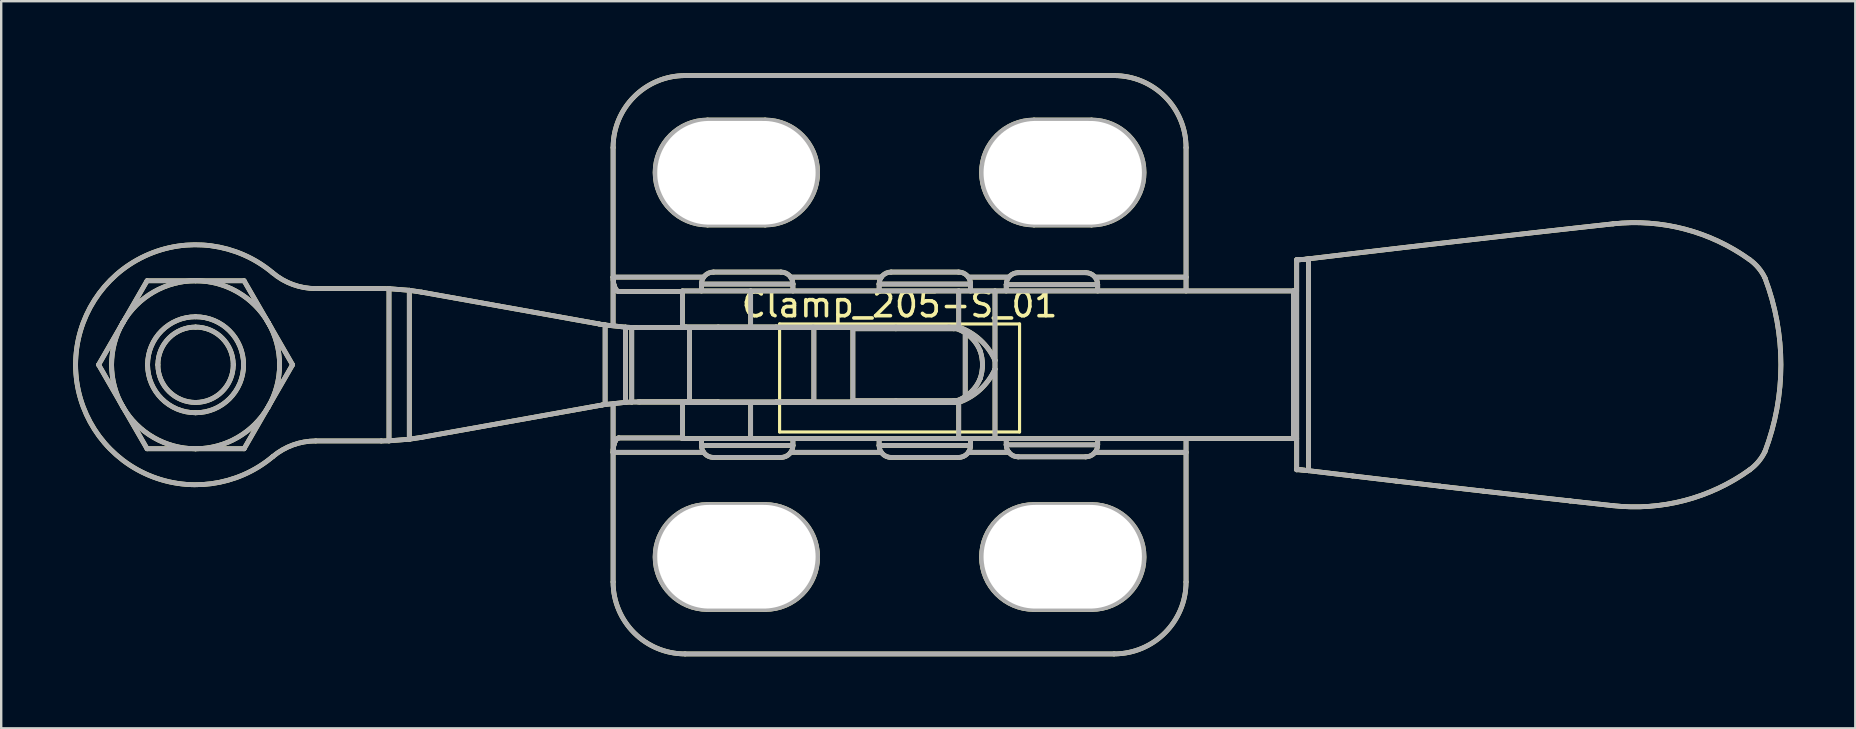
<source format=kicad_pcb>
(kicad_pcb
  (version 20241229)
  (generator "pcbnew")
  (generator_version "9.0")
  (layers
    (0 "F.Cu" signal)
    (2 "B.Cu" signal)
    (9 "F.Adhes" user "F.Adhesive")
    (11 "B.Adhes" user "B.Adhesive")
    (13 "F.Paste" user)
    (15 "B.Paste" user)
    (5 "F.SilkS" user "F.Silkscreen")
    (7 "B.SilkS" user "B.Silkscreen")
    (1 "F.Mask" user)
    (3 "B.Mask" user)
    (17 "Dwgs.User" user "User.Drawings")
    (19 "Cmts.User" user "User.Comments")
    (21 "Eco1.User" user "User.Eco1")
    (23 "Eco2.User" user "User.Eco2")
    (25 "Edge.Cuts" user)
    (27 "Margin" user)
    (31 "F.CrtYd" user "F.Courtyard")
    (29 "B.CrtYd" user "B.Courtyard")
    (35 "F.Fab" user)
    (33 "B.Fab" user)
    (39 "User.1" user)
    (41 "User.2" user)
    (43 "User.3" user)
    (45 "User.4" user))
  (footprint "Clamp_205-S_01"
    (layer "F.Cu")
    (at 34.437 12.15)
    (property "Reference" "Clamp_205-S_01" (at 0 -2.5 0) (layer "F.SilkS") (effects (font (size 1 1) (thickness 0.15))))
    (attr through_hole)
    (fp_line (start -33.378 0) (end -32.368 1.75) (stroke (width 0.2) (type solid)) (layer "F.SilkS"))
    (fp_line (start -32.368 -1.75) (end -33.378 0) (stroke (width 0.2) (type solid)) (layer "F.SilkS"))
    (fp_line (start -32.368 1.75) (end -31.358 3.5) (stroke (width 0.2) (type solid)) (layer "F.SilkS"))
    (fp_line (start -31.358 -3.5) (end -32.368 -1.75) (stroke (width 0.2) (type solid)) (layer "F.SilkS"))
    (fp_line (start -31.358 3.5) (end -29.337 3.5) (stroke (width 0.2) (type solid)) (layer "F.SilkS"))
    (fp_line (start -29.337 -3.5) (end -31.358 -3.5) (stroke (width 0.2) (type solid)) (layer "F.SilkS"))
    (fp_line (start -29.337 3.5) (end -27.316 3.5) (stroke (width 0.2) (type solid)) (layer "F.SilkS"))
    (fp_line (start -27.316 -3.5) (end -29.337 -3.5) (stroke (width 0.2) (type solid)) (layer "F.SilkS"))
    (fp_line (start -27.316 3.5) (end -26.306 1.75) (stroke (width 0.2) (type solid)) (layer "F.SilkS"))
    (fp_line (start -26.306 -1.75) (end -27.316 -3.5) (stroke (width 0.2) (type solid)) (layer "F.SilkS"))
    (fp_line (start -26.306 1.75) (end -25.296 0) (stroke (width 0.2) (type solid)) (layer "F.SilkS"))
    (fp_line (start -25.296 0) (end -26.306 -1.75) (stroke (width 0.2) (type solid)) (layer "F.SilkS"))
    (fp_line (start -24.331 -3.175) (end -21.598 -3.175) (stroke (width 0.2) (type solid)) (layer "F.SilkS"))
    (fp_line (start -21.598 3.175) (end -21.277 3.17) (stroke (width 0.2) (type solid)) (layer "F.SilkS"))
    (fp_line (start -21.598 3.175) (end -24.331 3.175) (stroke (width 0.2) (type solid)) (layer "F.SilkS"))
    (fp_line (start -21.277 -3.17) (end -21.598 -3.175) (stroke (width 0.2) (type solid)) (layer "F.SilkS"))
    (fp_line (start -21.277 -3.17) (end -20.43 -3.103) (stroke (width 0.2) (type solid)) (layer "F.SilkS"))
    (fp_line (start -21.277 3.17) (end -21.277 -3.17) (stroke (width 0.2) (type solid)) (layer "F.SilkS"))
    (fp_line (start -20.43 3.103) (end -21.277 3.17) (stroke (width 0.2) (type solid)) (layer "F.SilkS"))
    (fp_line (start -20.43 3.103) (end -20.43 -3.103) (stroke (width 0.2) (type solid)) (layer "F.SilkS"))
    (fp_line (start -20.43 3.103) (end -19.916 3.025) (stroke (width 0.2) (type solid)) (layer "F.SilkS"))
    (fp_line (start -19.916 -3.025) (end -20.43 -3.103) (stroke (width 0.2) (type solid)) (layer "F.SilkS"))
    (fp_line (start -19.916 -3.025) (end -12.52 -1.699) (stroke (width 0.2) (type solid)) (layer "F.SilkS"))
    (fp_line (start -12.52 -1.699) (end -12.395 -1.677) (stroke (width 0.2) (type solid)) (layer "F.SilkS"))
    (fp_line (start -12.52 1.699) (end -19.916 3.025) (stroke (width 0.2) (type solid)) (layer "F.SilkS"))
    (fp_line (start -12.395 -1.677) (end -12.27 -1.657) (stroke (width 0.2) (type solid)) (layer "F.SilkS"))
    (fp_line (start -12.395 1.677) (end -12.52 1.699) (stroke (width 0.2) (type solid)) (layer "F.SilkS"))
    (fp_line (start -12.27 -1.657) (end -11.423 -1.567) (stroke (width 0.2) (type solid)) (layer "F.SilkS"))
    (fp_line (start -12.27 1.657) (end -12.395 1.677) (stroke (width 0.2) (type solid)) (layer "F.SilkS"))
    (fp_line (start -12.27 1.657) (end -12.27 -1.657) (stroke (width 0.2) (type solid)) (layer "F.SilkS"))
    (fp_line (start -11.938 -3.65) (end -11.938 -9.05) (stroke (width 0.2) (type solid)) (layer "F.SilkS"))
    (fp_line (start -11.938 -3.65) (end -8.164 -3.65) (stroke (width 0.2) (type solid)) (layer "F.SilkS"))
    (fp_line (start -11.938 -1.638) (end -11.938 -3.65) (stroke (width 0.2) (type solid)) (layer "F.SilkS"))
    (fp_line (start -11.938 1.638) (end -11.938 3.65) (stroke (width 0.2) (type solid)) (layer "F.SilkS"))
    (fp_line (start -11.938 3.65) (end -11.934 3.546) (stroke (width 0.2) (type solid)) (layer "F.SilkS"))
    (fp_line (start -11.938 3.65) (end -8.164 3.65) (stroke (width 0.2) (type solid)) (layer "F.SilkS"))
    (fp_line (start -11.938 9.05) (end -11.938 3.65) (stroke (width 0.2) (type solid)) (layer "F.SilkS"))
    (fp_line (start -11.934 3.546) (end -11.923 3.445) (stroke (width 0.2) (type solid)) (layer "F.SilkS"))
    (fp_line (start -11.933 -3.533) (end -11.938 -3.65) (stroke (width 0.2) (type solid)) (layer "F.SilkS"))
    (fp_line (start -11.923 3.445) (end -11.906 3.35) (stroke (width 0.2) (type solid)) (layer "F.SilkS"))
    (fp_line (start -11.92 -3.42) (end -11.933 -3.533) (stroke (width 0.2) (type solid)) (layer "F.SilkS"))
    (fp_line (start -11.906 3.35) (end -11.881 3.264) (stroke (width 0.2) (type solid)) (layer "F.SilkS"))
    (fp_line (start -11.897 -3.317) (end -11.92 -3.42) (stroke (width 0.2) (type solid)) (layer "F.SilkS"))
    (fp_line (start -11.881 3.264) (end -11.852 3.19) (stroke (width 0.2) (type solid)) (layer "F.SilkS"))
    (fp_line (start -11.867 -3.226) (end -11.897 -3.317) (stroke (width 0.2) (type solid)) (layer "F.SilkS"))
    (fp_line (start -11.852 3.19) (end -11.817 3.13) (stroke (width 0.2) (type solid)) (layer "F.SilkS"))
    (fp_line (start -11.83 -3.151) (end -11.867 -3.226) (stroke (width 0.2) (type solid)) (layer "F.SilkS"))
    (fp_line (start -11.817 3.13) (end -11.779 3.086) (stroke (width 0.2) (type solid)) (layer "F.SilkS"))
    (fp_line (start -11.789 -3.096) (end -11.83 -3.151) (stroke (width 0.2) (type solid)) (layer "F.SilkS"))
    (fp_line (start -11.779 3.086) (end -11.738 3.059) (stroke (width 0.2) (type solid)) (layer "F.SilkS"))
    (fp_line (start -11.743 -3.062) (end -11.789 -3.096) (stroke (width 0.2) (type solid)) (layer "F.SilkS"))
    (fp_line (start -11.738 3.059) (end -11.696 3.05) (stroke (width 0.2) (type solid)) (layer "F.SilkS"))
    (fp_line (start -11.696 -3.05) (end -11.743 -3.062) (stroke (width 0.2) (type solid)) (layer "F.SilkS"))
    (fp_line (start -11.696 3.05) (end -9.05 3.05) (stroke (width 0.2) (type solid)) (layer "F.SilkS"))
    (fp_line (start -11.423 -1.567) (end -11.162 -1.554) (stroke (width 0.2) (type solid)) (layer "F.SilkS"))
    (fp_line (start -11.423 1.567) (end -12.27 1.657) (stroke (width 0.2) (type solid)) (layer "F.SilkS"))
    (fp_line (start -11.423 1.567) (end -11.423 -1.567) (stroke (width 0.2) (type solid)) (layer "F.SilkS"))
    (fp_line (start -11.162 -1.554) (end -10.838 -1.549) (stroke (width 0.2) (type solid)) (layer "F.SilkS"))
    (fp_line (start -11.162 1.554) (end -11.423 1.567) (stroke (width 0.2) (type solid)) (layer "F.SilkS"))
    (fp_line (start -11.162 1.554) (end -11.162 -1.554) (stroke (width 0.2) (type solid)) (layer "F.SilkS"))
    (fp_line (start -10.897 -1.55) (end -8.9 -1.55) (stroke (width 0.2) (type solid)) (layer "F.SilkS"))
    (fp_line (start -10.838 -1.549) (end -8.756 -1.549) (stroke (width 0.2) (type solid)) (layer "F.SilkS"))
    (fp_line (start -10.838 1.549) (end -11.162 1.554) (stroke (width 0.2) (type solid)) (layer "F.SilkS"))
    (fp_line (start -9.05 -3.075) (end -9.05 -1.575) (stroke (width 0.2) (type solid)) (layer "F.SilkS"))
    (fp_line (start -9.05 -3.075) (end -6.207 -3.075) (stroke (width 0.2) (type solid)) (layer "F.SilkS"))
    (fp_line (start -9.05 -3.05) (end -11.696 -3.05) (stroke (width 0.2) (type solid)) (layer "F.SilkS"))
    (fp_line (start -9.05 1.575) (end -9.05 3.075) (stroke (width 0.2) (type solid)) (layer "F.SilkS"))
    (fp_line (start -9.05 1.575) (end -6.207 1.575) (stroke (width 0.2) (type solid)) (layer "F.SilkS"))
    (fp_line (start -8.938 -12.05) (end 8.938 -12.05) (stroke (width 0.2) (type solid)) (layer "F.SilkS"))
    (fp_line (start -8.938 12.05) (end 8.938 12.05) (stroke (width 0.2) (type solid)) (layer "F.SilkS"))
    (fp_line (start -8.9 -1.575) (end -8.9 -1.55) (stroke (width 0.2) (type solid)) (layer "F.SilkS"))
    (fp_line (start -8.9 -1.55) (end -7.556 -1.55) (stroke (width 0.2) (type solid)) (layer "F.SilkS"))
    (fp_line (start -8.9 1.55) (end -10.897 1.55) (stroke (width 0.2) (type solid)) (layer "F.SilkS"))
    (fp_line (start -8.9 1.55) (end -8.9 1.575) (stroke (width 0.2) (type solid)) (layer "F.SilkS"))
    (fp_line (start -8.756 -1.549) (end -3.572 -1.549) (stroke (width 0.2) (type solid)) (layer "F.SilkS"))
    (fp_line (start -8.756 1.549) (end -10.838 1.549) (stroke (width 0.2) (type solid)) (layer "F.SilkS"))
    (fp_line (start -8.756 1.549) (end -8.756 -1.549) (stroke (width 0.2) (type solid)) (layer "F.SilkS"))
    (fp_line (start -8.255 -3.362) (end -8.255 -3.075) (stroke (width 0.2) (type solid)) (layer "F.SilkS"))
    (fp_line (start -8.255 3.075) (end -8.255 3.362) (stroke (width 0.2) (type solid)) (layer "F.SilkS"))
    (fp_line (start -8.001 -5.827) (end -5.601 -5.827) (stroke (width 0.2) (type solid)) (layer "F.SilkS"))
    (fp_line (start -8.001 10.196) (end -5.601 10.196) (stroke (width 0.2) (type solid)) (layer "F.SilkS"))
    (fp_line (start -7.556 -1.575) (end -7.556 -1.549) (stroke (width 0.2) (type solid)) (layer "F.SilkS"))
    (fp_line (start -7.556 1.549) (end -7.556 1.575) (stroke (width 0.2) (type solid)) (layer "F.SilkS"))
    (fp_line (start -7.556 1.55) (end -8.9 1.55) (stroke (width 0.2) (type solid)) (layer "F.SilkS"))
    (fp_line (start -6.207 -3.075) (end 2.464 -3.075) (stroke (width 0.2) (type solid)) (layer "F.SilkS"))
    (fp_line (start -6.207 -1.575) (end -9.05 -1.575) (stroke (width 0.2) (type solid)) (layer "F.SilkS"))
    (fp_line (start -6.207 -1.575) (end -6.207 -3.075) (stroke (width 0.2) (type solid)) (layer "F.SilkS"))
    (fp_line (start -6.207 1.575) (end 2.449 1.575) (stroke (width 0.2) (type solid)) (layer "F.SilkS"))
    (fp_line (start -6.207 3.075) (end -9.05 3.075) (stroke (width 0.2) (type solid)) (layer "F.SilkS"))
    (fp_line (start -6.207 3.075) (end -6.207 1.575) (stroke (width 0.2) (type solid)) (layer "F.SilkS"))
    (fp_line (start -5.601 -10.196) (end -8.001 -10.196) (stroke (width 0.2) (type solid)) (layer "F.SilkS"))
    (fp_line (start -5.601 5.827) (end -8.001 5.827) (stroke (width 0.2) (type solid)) (layer "F.SilkS"))
    (fp_line (start -5.143 -1.55) (end -3.6 -1.55) (stroke (width 0.2) (type solid)) (layer "F.SilkS"))
    (fp_line (start -5.143 -1.549) (end -5.143 -1.575) (stroke (width 0.2) (type solid)) (layer "F.SilkS"))
    (fp_line (start -5.143 1.575) (end -5.143 1.549) (stroke (width 0.2) (type solid)) (layer "F.SilkS"))
    (fp_line (start -5 -1.7) (end 5 -1.7) (stroke (width 0.13) (type solid)) (layer "F.SilkS"))
    (fp_line (start -5 2.8) (end -5 -1.7) (stroke (width 0.13) (type solid)) (layer "F.SilkS"))
    (fp_line (start -4.945 -3.862) (end -7.755 -3.862) (stroke (width 0.2) (type solid)) (layer "F.SilkS"))
    (fp_line (start -4.945 3.862) (end -7.755 3.862) (stroke (width 0.2) (type solid)) (layer "F.SilkS"))
    (fp_line (start -4.536 -3.65) (end -0.761 -3.65) (stroke (width 0.2) (type solid)) (layer "F.SilkS"))
    (fp_line (start -4.536 3.65) (end -0.761 3.65) (stroke (width 0.2) (type solid)) (layer "F.SilkS"))
    (fp_line (start -4.445 -3.362) (end -8.255 -3.362) (stroke (width 0.2) (type solid)) (layer "F.SilkS"))
    (fp_line (start -4.445 -3.075) (end -4.445 -3.362) (stroke (width 0.2) (type solid)) (layer "F.SilkS"))
    (fp_line (start -4.445 3.362) (end -8.255 3.362) (stroke (width 0.2) (type solid)) (layer "F.SilkS"))
    (fp_line (start -4.445 3.362) (end -4.445 3.075) (stroke (width 0.2) (type solid)) (layer "F.SilkS"))
    (fp_line (start -3.6 -1.575) (end -3.6 -1.55) (stroke (width 0.2) (type solid)) (layer "F.SilkS"))
    (fp_line (start -3.6 -1.55) (end -0.154 -1.55) (stroke (width 0.2) (type solid)) (layer "F.SilkS"))
    (fp_line (start -3.6 1.55) (end -5.143 1.55) (stroke (width 0.2) (type solid)) (layer "F.SilkS"))
    (fp_line (start -3.6 1.55) (end -3.6 1.575) (stroke (width 0.2) (type solid)) (layer "F.SilkS"))
    (fp_line (start -3.572 1.549) (end -8.756 1.549) (stroke (width 0.2) (type solid)) (layer "F.SilkS"))
    (fp_line (start -3.572 1.549) (end -3.572 -1.549) (stroke (width 0.2) (type solid)) (layer "F.SilkS"))
    (fp_line (start -1.947 -1.5) (end -1.947 1.5) (stroke (width 0.2) (type solid)) (layer "F.SilkS"))
    (fp_line (start -1.947 -1.5) (end 2.337 -1.5) (stroke (width 0.2) (type solid)) (layer "F.SilkS"))
    (fp_line (start -1.947 1.5) (end 2.349 1.5) (stroke (width 0.2) (type solid)) (layer "F.SilkS"))
    (fp_line (start -0.852 -3.362) (end -0.852 -3.075) (stroke (width 0.2) (type solid)) (layer "F.SilkS"))
    (fp_line (start -0.852 3.075) (end -0.852 3.362) (stroke (width 0.2) (type solid)) (layer "F.SilkS"))
    (fp_line (start -0.154 -1.575) (end -0.154 -1.5) (stroke (width 0.2) (type solid)) (layer "F.SilkS"))
    (fp_line (start -0.154 1.5) (end -0.154 1.575) (stroke (width 0.2) (type solid)) (layer "F.SilkS"))
    (fp_line (start -0.154 1.55) (end -3.6 1.55) (stroke (width 0.2) (type solid)) (layer "F.SilkS"))
    (fp_line (start 2.259 -1.5) (end 2.259 -1.529) (stroke (width 0.2) (type solid)) (layer "F.SilkS"))
    (fp_line (start 2.259 1.528) (end 2.259 1.5) (stroke (width 0.2) (type solid)) (layer "F.SilkS"))
    (fp_line (start 2.449 -1.575) (end -6.207 -1.575) (stroke (width 0.2) (type solid)) (layer "F.SilkS"))
    (fp_line (start 2.449 1.575) (end 2.464 1.57) (stroke (width 0.2) (type solid)) (layer "F.SilkS"))
    (fp_line (start 2.458 -3.862) (end -0.352 -3.862) (stroke (width 0.2) (type solid)) (layer "F.SilkS"))
    (fp_line (start 2.458 3.862) (end -0.352 3.862) (stroke (width 0.2) (type solid)) (layer "F.SilkS"))
    (fp_line (start 2.464 -3.075) (end 3.976 -3.075) (stroke (width 0.2) (type solid)) (layer "F.SilkS"))
    (fp_line (start 2.464 -1.57) (end 2.449 -1.575) (stroke (width 0.2) (type solid)) (layer "F.SilkS"))
    (fp_line (start 2.464 -1.57) (end 2.464 -3.075) (stroke (width 0.2) (type solid)) (layer "F.SilkS"))
    (fp_line (start 2.464 3.075) (end -6.207 3.075) (stroke (width 0.2) (type solid)) (layer "F.SilkS"))
    (fp_line (start 2.464 3.075) (end 2.464 1.57) (stroke (width 0.2) (type solid)) (layer "F.SilkS"))
    (fp_line (start 2.736 -1.299) (end 2.736 1.294) (stroke (width 0.2) (type solid)) (layer "F.SilkS"))
    (fp_line (start 2.867 -3.65) (end 4.555 -3.65) (stroke (width 0.2) (type solid)) (layer "F.SilkS"))
    (fp_line (start 2.867 3.65) (end 4.555 3.65) (stroke (width 0.2) (type solid)) (layer "F.SilkS"))
    (fp_line (start 2.958 -3.362) (end -0.852 -3.362) (stroke (width 0.2) (type solid)) (layer "F.SilkS"))
    (fp_line (start 2.958 -3.075) (end 2.958 -3.362) (stroke (width 0.2) (type solid)) (layer "F.SilkS"))
    (fp_line (start 2.958 3.362) (end -0.852 3.362) (stroke (width 0.2) (type solid)) (layer "F.SilkS"))
    (fp_line (start 2.958 3.362) (end 2.958 3.075) (stroke (width 0.2) (type solid)) (layer "F.SilkS"))
    (fp_line (start 3.976 -3.075) (end 16.414 -3.075) (stroke (width 0.2) (type solid)) (layer "F.SilkS"))
    (fp_line (start 3.976 -0.182) (end 3.976 -3.075) (stroke (width 0.2) (type solid)) (layer "F.SilkS"))
    (fp_line (start 3.976 0.182) (end 3.976 -0.182) (stroke (width 0.2) (type solid)) (layer "F.SilkS"))
    (fp_line (start 3.976 3.075) (end 2.464 3.075) (stroke (width 0.2) (type solid)) (layer "F.SilkS"))
    (fp_line (start 3.976 3.075) (end 3.976 0.182) (stroke (width 0.2) (type solid)) (layer "F.SilkS"))
    (fp_line (start 4.445 -3.337) (end 4.445 -3.075) (stroke (width 0.2) (type solid)) (layer "F.SilkS"))
    (fp_line (start 4.445 3.075) (end 4.445 3.337) (stroke (width 0.2) (type solid)) (layer "F.SilkS"))
    (fp_line (start 5 -1.7) (end 5 2.8) (stroke (width 0.13) (type solid)) (layer "F.SilkS"))
    (fp_line (start 5 2.8) (end -5 2.8) (stroke (width 0.13) (type solid)) (layer "F.SilkS"))
    (fp_line (start 5.601 -5.827) (end 8.001 -5.827) (stroke (width 0.2) (type solid)) (layer "F.SilkS"))
    (fp_line (start 5.601 10.196) (end 8.001 10.196) (stroke (width 0.2) (type solid)) (layer "F.SilkS"))
    (fp_line (start 7.755 -3.837) (end 4.945 -3.837) (stroke (width 0.2) (type solid)) (layer "F.SilkS"))
    (fp_line (start 7.755 3.837) (end 4.945 3.837) (stroke (width 0.2) (type solid)) (layer "F.SilkS"))
    (fp_line (start 8.001 -10.196) (end 5.601 -10.196) (stroke (width 0.2) (type solid)) (layer "F.SilkS"))
    (fp_line (start 8.001 5.827) (end 5.601 5.827) (stroke (width 0.2) (type solid)) (layer "F.SilkS"))
    (fp_line (start 8.145 -3.65) (end 11.938 -3.65) (stroke (width 0.2) (type solid)) (layer "F.SilkS"))
    (fp_line (start 8.145 3.65) (end 11.938 3.65) (stroke (width 0.2) (type solid)) (layer "F.SilkS"))
    (fp_line (start 8.255 -3.337) (end 4.445 -3.337) (stroke (width 0.2) (type solid)) (layer "F.SilkS"))
    (fp_line (start 8.255 -3.075) (end 8.255 -3.337) (stroke (width 0.2) (type solid)) (layer "F.SilkS"))
    (fp_line (start 8.255 3.337) (end 4.445 3.337) (stroke (width 0.2) (type solid)) (layer "F.SilkS"))
    (fp_line (start 8.255 3.337) (end 8.255 3.075) (stroke (width 0.2) (type solid)) (layer "F.SilkS"))
    (fp_line (start 11.938 -3.65) (end 11.938 -9.05) (stroke (width 0.2) (type solid)) (layer "F.SilkS"))
    (fp_line (start 11.938 -3.075) (end 11.938 -3.65) (stroke (width 0.2) (type solid)) (layer "F.SilkS"))
    (fp_line (start 11.938 3.65) (end 11.938 3.075) (stroke (width 0.2) (type solid)) (layer "F.SilkS"))
    (fp_line (start 11.938 9.05) (end 11.938 3.65) (stroke (width 0.2) (type solid)) (layer "F.SilkS"))
    (fp_line (start 16.414 3.075) (end 3.976 3.075) (stroke (width 0.2) (type solid)) (layer "F.SilkS"))
    (fp_line (start 16.414 3.075) (end 16.414 -3.075) (stroke (width 0.2) (type solid)) (layer "F.SilkS"))
    (fp_line (start 16.414 3.075) (end 16.548 3.075) (stroke (width 0.2) (type solid)) (layer "F.SilkS"))
    (fp_line (start 16.548 -4.377) (end 16.548 4.377) (stroke (width 0.2) (type solid)) (layer "F.SilkS"))
    (fp_line (start 16.548 -4.377) (end 16.56 -4.373) (stroke (width 0.2) (type solid)) (layer "F.SilkS"))
    (fp_line (start 16.548 -3.075) (end 16.414 -3.075) (stroke (width 0.2) (type solid)) (layer "F.SilkS"))
    (fp_line (start 16.548 4.377) (end 16.56 4.373) (stroke (width 0.2) (type solid)) (layer "F.SilkS"))
    (fp_line (start 16.56 -4.373) (end 16.589 -4.373) (stroke (width 0.2) (type solid)) (layer "F.SilkS"))
    (fp_line (start 16.56 4.373) (end 16.589 4.373) (stroke (width 0.2) (type solid)) (layer "F.SilkS"))
    (fp_line (start 16.589 -4.373) (end 16.636 -4.374) (stroke (width 0.2) (type solid)) (layer "F.SilkS"))
    (fp_line (start 16.589 4.373) (end 16.636 4.374) (stroke (width 0.2) (type solid)) (layer "F.SilkS"))
    (fp_line (start 16.636 -4.374) (end 16.697 -4.379) (stroke (width 0.2) (type solid)) (layer "F.SilkS"))
    (fp_line (start 16.636 4.374) (end 16.697 4.379) (stroke (width 0.2) (type solid)) (layer "F.SilkS"))
    (fp_line (start 16.697 -4.379) (end 16.772 -4.385) (stroke (width 0.2) (type solid)) (layer "F.SilkS"))
    (fp_line (start 16.697 4.379) (end 16.772 4.385) (stroke (width 0.2) (type solid)) (layer "F.SilkS"))
    (fp_line (start 16.772 -4.385) (end 16.856 -4.393) (stroke (width 0.2) (type solid)) (layer "F.SilkS"))
    (fp_line (start 16.772 4.385) (end 16.856 4.393) (stroke (width 0.2) (type solid)) (layer "F.SilkS"))
    (fp_line (start 16.856 -4.393) (end 16.948 -4.403) (stroke (width 0.2) (type solid)) (layer "F.SilkS"))
    (fp_line (start 16.856 4.393) (end 16.948 4.403) (stroke (width 0.2) (type solid)) (layer "F.SilkS"))
    (fp_line (start 16.948 -4.403) (end 17.043 -4.414) (stroke (width 0.2) (type solid)) (layer "F.SilkS"))
    (fp_line (start 16.948 4.403) (end 17.043 4.414) (stroke (width 0.2) (type solid)) (layer "F.SilkS"))
    (fp_line (start 17.043 -4.414) (end 18.873 -4.632) (stroke (width 0.2) (type solid)) (layer "F.SilkS"))
    (fp_line (start 17.043 4.414) (end 17.043 -4.414) (stroke (width 0.2) (type solid)) (layer "F.SilkS"))
    (fp_line (start 18.873 -4.632) (end 20.7 -4.848) (stroke (width 0.2) (type solid)) (layer "F.SilkS"))
    (fp_line (start 18.873 4.632) (end 17.043 4.414) (stroke (width 0.2) (type solid)) (layer "F.SilkS"))
    (fp_line (start 20.7 -4.848) (end 22.523 -5.06) (stroke (width 0.2) (type solid)) (layer "F.SilkS"))
    (fp_line (start 20.7 4.848) (end 18.873 4.632) (stroke (width 0.2) (type solid)) (layer "F.SilkS"))
    (fp_line (start 22.523 -5.06) (end 24.339 -5.268) (stroke (width 0.2) (type solid)) (layer "F.SilkS"))
    (fp_line (start 22.523 5.06) (end 20.7 4.848) (stroke (width 0.2) (type solid)) (layer "F.SilkS"))
    (fp_line (start 24.339 -5.268) (end 26.147 -5.473) (stroke (width 0.2) (type solid)) (layer "F.SilkS"))
    (fp_line (start 24.339 5.268) (end 22.523 5.06) (stroke (width 0.2) (type solid)) (layer "F.SilkS"))
    (fp_line (start 26.147 -5.473) (end 27.945 -5.675) (stroke (width 0.2) (type solid)) (layer "F.SilkS"))
    (fp_line (start 26.147 5.473) (end 24.339 5.268) (stroke (width 0.2) (type solid)) (layer "F.SilkS"))
    (fp_line (start 27.945 -5.675) (end 29.73 -5.872) (stroke (width 0.2) (type solid)) (layer "F.SilkS"))
    (fp_line (start 27.945 5.675) (end 26.147 5.473) (stroke (width 0.2) (type solid)) (layer "F.SilkS"))
    (fp_line (start 29.73 5.872) (end 27.945 5.675) (stroke (width 0.2) (type solid)) (layer "F.SilkS"))
    (fp_arc (start -34.336999 0) (mid -31.447692 -4.532656) (end -26.11901 -3.826819) (stroke (width 0.2) (type solid)) (layer "F.SilkS"))
    (fp_arc (start -32.368088 -1.75) (mid -31.086999 -3.031089) (end -29.336999 -3.5) (stroke (width 0.2) (type solid)) (layer "F.SilkS"))
    (fp_arc (start -32.368088 1.75) (mid -32.836999 0) (end -32.368088 -1.75) (stroke (width 0.2) (type solid)) (layer "F.SilkS"))
    (fp_arc (start -31.336999 0) (mid -30.751213 -1.414214) (end -29.336999 -2) (stroke (width 0.2) (type solid)) (layer "F.SilkS"))
    (fp_arc (start -30.907498 0) (mid -30.447509 -1.11051) (end -29.336999 -1.570499) (stroke (width 0.2) (type solid)) (layer "F.SilkS"))
    (fp_arc (start -29.337 3.5) (mid -31.087 3.031088) (end -32.368088 1.749999) (stroke (width 0.2) (type solid)) (layer "F.SilkS"))
    (fp_arc (start -29.336999 -3.499999) (mid -27.587 -3.031088) (end -26.305911 -1.75) (stroke (width 0.2) (type solid)) (layer "F.SilkS"))
    (fp_arc (start -29.336999 -2) (mid -27.922785 -1.414214) (end -27.336999 0) (stroke (width 0.2) (type solid)) (layer "F.SilkS"))
    (fp_arc (start -29.336999 -1.5705) (mid -28.226488 -1.110511) (end -27.766499 0) (stroke (width 0.2) (type solid)) (layer "F.SilkS"))
    (fp_arc (start -29.336999 1.5705) (mid -30.44751 1.110511) (end -30.907499 0) (stroke (width 0.2) (type solid)) (layer "F.SilkS"))
    (fp_arc (start -29.336999 2) (mid -30.751213 1.414214) (end -31.336999 0) (stroke (width 0.2) (type solid)) (layer "F.SilkS"))
    (fp_arc (start -27.7665 0) (mid -28.226489 1.11051) (end -29.336999 1.570499) (stroke (width 0.2) (type solid)) (layer "F.SilkS"))
    (fp_arc (start -27.337 0) (mid -27.922786 1.414213) (end -29.336999 1.999999) (stroke (width 0.2) (type solid)) (layer "F.SilkS"))
    (fp_arc (start -26.305911 -1.75) (mid -25.837 0) (end -26.305911 1.749999) (stroke (width 0.2) (type solid)) (layer "F.SilkS"))
    (fp_arc (start -26.305911 1.75) (mid -27.587 3.031088) (end -29.336999 3.499999) (stroke (width 0.2) (type solid)) (layer "F.SilkS"))
    (fp_arc (start -26.11901 3.826819) (mid -25.282608 3.343037) (end -24.331095 3.175) (stroke (width 0.2) (type solid)) (layer "F.SilkS"))
    (fp_arc (start -26.119009 3.82682) (mid -31.447693 4.532657) (end -34.337 0) (stroke (width 0.2) (type solid)) (layer "F.SilkS"))
    (fp_arc (start -24.331096 -3.174999) (mid -25.282609 -3.343036) (end -26.11901 -3.826819) (stroke (width 0.2) (type solid)) (layer "F.SilkS"))
    (fp_arc (start -11.937998 -9.05) (mid -11.059319 -11.17132) (end -8.937999 -12.049999) (stroke (width 0.2) (type solid)) (layer "F.SilkS"))
    (fp_arc (start -8.937999 12.05) (mid -11.059319 11.17132) (end -11.937999 9.05) (stroke (width 0.2) (type solid)) (layer "F.SilkS"))
    (fp_arc (start -8.254999 -3.362399) (mid -8.108552 -3.715952) (end -7.754999 -3.862399) (stroke (width 0.2) (type solid)) (layer "F.SilkS"))
    (fp_arc (start -8.000999 -5.826998) (mid -10.1854 -8.011399) (end -8.000999 -10.1958) (stroke (width 0.2) (type solid)) (layer "F.SilkS"))
    (fp_arc (start -8.000999 10.1958) (mid -10.185399 8.0114) (end -8.000999 5.827) (stroke (width 0.2) (type solid)) (layer "F.SilkS"))
    (fp_arc (start -7.754999 3.8624) (mid -8.108552 3.715953) (end -8.254999 3.3624) (stroke (width 0.2) (type solid)) (layer "F.SilkS"))
    (fp_arc (start -5.601 -10.1958) (mid -4.056395 -9.556004) (end -3.416599 -8.011399) (stroke (width 0.2) (type solid)) (layer "F.SilkS"))
    (fp_arc (start -5.600999 5.826999) (mid -4.056395 6.466795) (end -3.416599 8.011399) (stroke (width 0.2) (type solid)) (layer "F.SilkS"))
    (fp_arc (start -4.944998 -3.862399) (mid -4.591446 -3.715952) (end -4.445 -3.362399) (stroke (width 0.2) (type solid)) (layer "F.SilkS"))
    (fp_arc (start -4.445 3.3624) (mid -4.591446 3.715953) (end -4.944999 3.862399) (stroke (width 0.2) (type solid)) (layer "F.SilkS"))
    (fp_arc (start -3.416599 -8.0114) (mid -4.056395 -6.466796) (end -5.600999 -5.827) (stroke (width 0.2) (type solid)) (layer "F.SilkS"))
    (fp_arc (start -3.416599 8.0114) (mid -4.056395 9.556004) (end -5.600999 10.1958) (stroke (width 0.2) (type solid)) (layer "F.SilkS"))
    (fp_arc (start -0.852223 -3.362399) (mid -0.705776 -3.715952) (end -0.352223 -3.862399) (stroke (width 0.2) (type solid)) (layer "F.SilkS"))
    (fp_arc (start -0.352223 3.8624) (mid -0.705776 3.715953) (end -0.852223 3.3624) (stroke (width 0.2) (type solid)) (layer "F.SilkS"))
    (fp_arc (start 2.041246 -1.575) (mid 2.837924 -1.256973) (end 3.358257 -0.574999) (stroke (width 0.2) (type solid)) (layer "F.SilkS"))
    (fp_arc (start 2.457777 -3.8624) (mid 2.81133 -3.715953) (end 2.957776 -3.362399) (stroke (width 0.2) (type solid)) (layer "F.SilkS"))
    (fp_arc (start 2.464115 -1.570233) (mid 3.363627 -1.032484) (end 3.97628 -0.182217) (stroke (width 0.2) (type solid)) (layer "F.SilkS"))
    (fp_arc (start 2.957775 3.3624) (mid 2.811329 3.715953) (end 2.457776 3.862399) (stroke (width 0.2) (type solid)) (layer "F.SilkS"))
    (fp_arc (start 3.358256 -0.575001) (mid 3.454616 -0.000001) (end 3.358257 0.574999) (stroke (width 0.2) (type solid)) (layer "F.SilkS"))
    (fp_arc (start 3.358256 0.575) (mid 2.83723 1.256063) (end 2.041244 1.574999) (stroke (width 0.2) (type solid)) (layer "F.SilkS"))
    (fp_arc (start 3.976278 0.182217) (mid 3.362957 1.031754) (end 2.464114 1.570232) (stroke (width 0.2) (type solid)) (layer "F.SilkS"))
    (fp_arc (start 4.445001 -3.3374) (mid 4.591447 -3.690953) (end 4.945 -3.837399) (stroke (width 0.2) (type solid)) (layer "F.SilkS"))
    (fp_arc (start 4.944999 3.8374) (mid 4.591446 3.690953) (end 4.445 3.337399) (stroke (width 0.2) (type solid)) (layer "F.SilkS"))
    (fp_arc (start 5.601 -5.826998) (mid 3.416599 -8.011399) (end 5.601 -10.1958) (stroke (width 0.2) (type solid)) (layer "F.SilkS"))
    (fp_arc (start 5.601 10.1958) (mid 3.4166 8.0114) (end 5.601 5.827) (stroke (width 0.2) (type solid)) (layer "F.SilkS"))
    (fp_arc (start 7.755001 -3.837399) (mid 8.108553 -3.690952) (end 8.254999 -3.337399) (stroke (width 0.2) (type solid)) (layer "F.SilkS"))
    (fp_arc (start 8.001 -10.1958) (mid 10.1854 -8.0114) (end 8.001 -5.827) (stroke (width 0.2) (type solid)) (layer "F.SilkS"))
    (fp_arc (start 8.001 5.827) (mid 10.1854 8.0114) (end 8.001 10.1958) (stroke (width 0.2) (type solid)) (layer "F.SilkS"))
    (fp_arc (start 8.254999 3.3374) (mid 8.108553 3.690953) (end 7.755 3.837399) (stroke (width 0.2) (type solid)) (layer "F.SilkS"))
    (fp_arc (start 8.938001 -12.049999) (mid 11.05932 -11.171319) (end 11.937999 -9.049999) (stroke (width 0.2) (type solid)) (layer "F.SilkS"))
    (fp_arc (start 11.937999 9.05) (mid 11.05932 11.17132) (end 8.938 12.049999) (stroke (width 0.2) (type solid)) (layer "F.SilkS"))
    (fp_arc (start 29.729861 -5.871634) (mid 32.715096 -5.65429) (end 35.423355 -4.379851) (stroke (width 0.2) (type solid)) (layer "F.SilkS"))
    (fp_arc (start 35.423354 4.379851) (mid 32.715234 5.654822) (end 29.72986 5.871633) (stroke (width 0.2) (type solid)) (layer "F.SilkS"))
    (fp_arc (start 35.423355 -4.379851) (mid 35.790329 -4.03989) (end 36.061439 -3.619482) (stroke (width 0.2) (type solid)) (layer "F.SilkS"))
    (fp_arc (start 36.061439 -3.619483) (mid 36.726846 0) (end 36.061439 3.619482) (stroke (width 0.2) (type solid)) (layer "F.SilkS"))
    (fp_arc (start 36.061439 3.619483) (mid 35.789371 4.039087) (end 35.423355 4.379851) (stroke (width 0.2) (type solid)) (layer "F.SilkS"))
    (fp_line (start -33.378 0) (end -32.368 1.75) (stroke (width 0.2) (type solid)) (layer "F.Fab"))
    (fp_line (start -32.368 -1.75) (end -33.378 0) (stroke (width 0.2) (type solid)) (layer "F.Fab"))
    (fp_line (start -32.368 1.75) (end -31.358 3.5) (stroke (width 0.2) (type solid)) (layer "F.Fab"))
    (fp_line (start -31.358 -3.5) (end -32.368 -1.75) (stroke (width 0.2) (type solid)) (layer "F.Fab"))
    (fp_line (start -31.358 3.5) (end -29.337 3.5) (stroke (width 0.2) (type solid)) (layer "F.Fab"))
    (fp_line (start -29.337 -3.5) (end -31.358 -3.5) (stroke (width 0.2) (type solid)) (layer "F.Fab"))
    (fp_line (start -29.337 3.5) (end -27.316 3.5) (stroke (width 0.2) (type solid)) (layer "F.Fab"))
    (fp_line (start -27.316 -3.5) (end -29.337 -3.5) (stroke (width 0.2) (type solid)) (layer "F.Fab"))
    (fp_line (start -27.316 3.5) (end -26.306 1.75) (stroke (width 0.2) (type solid)) (layer "F.Fab"))
    (fp_line (start -26.306 -1.75) (end -27.316 -3.5) (stroke (width 0.2) (type solid)) (layer "F.Fab"))
    (fp_line (start -26.306 1.75) (end -25.296 0) (stroke (width 0.2) (type solid)) (layer "F.Fab"))
    (fp_line (start -25.296 0) (end -26.306 -1.75) (stroke (width 0.2) (type solid)) (layer "F.Fab"))
    (fp_line (start -24.331 -3.175) (end -21.598 -3.175) (stroke (width 0.2) (type solid)) (layer "F.Fab"))
    (fp_line (start -21.598 3.175) (end -21.277 3.17) (stroke (width 0.2) (type solid)) (layer "F.Fab"))
    (fp_line (start -21.598 3.175) (end -24.331 3.175) (stroke (width 0.2) (type solid)) (layer "F.Fab"))
    (fp_line (start -21.277 -3.17) (end -21.598 -3.175) (stroke (width 0.2) (type solid)) (layer "F.Fab"))
    (fp_line (start -21.277 -3.17) (end -20.43 -3.103) (stroke (width 0.2) (type solid)) (layer "F.Fab"))
    (fp_line (start -21.277 3.17) (end -21.277 -3.17) (stroke (width 0.2) (type solid)) (layer "F.Fab"))
    (fp_line (start -20.43 3.103) (end -21.277 3.17) (stroke (width 0.2) (type solid)) (layer "F.Fab"))
    (fp_line (start -20.43 3.103) (end -20.43 -3.103) (stroke (width 0.2) (type solid)) (layer "F.Fab"))
    (fp_line (start -20.43 3.103) (end -19.916 3.025) (stroke (width 0.2) (type solid)) (layer "F.Fab"))
    (fp_line (start -19.916 -3.025) (end -20.43 -3.103) (stroke (width 0.2) (type solid)) (layer "F.Fab"))
    (fp_line (start -19.916 -3.025) (end -12.52 -1.699) (stroke (width 0.2) (type solid)) (layer "F.Fab"))
    (fp_line (start -12.52 -1.699) (end -12.395 -1.677) (stroke (width 0.2) (type solid)) (layer "F.Fab"))
    (fp_line (start -12.52 1.699) (end -19.916 3.025) (stroke (width 0.2) (type solid)) (layer "F.Fab"))
    (fp_line (start -12.395 -1.677) (end -12.27 -1.657) (stroke (width 0.2) (type solid)) (layer "F.Fab"))
    (fp_line (start -12.395 1.677) (end -12.52 1.699) (stroke (width 0.2) (type solid)) (layer "F.Fab"))
    (fp_line (start -12.27 -1.657) (end -11.423 -1.567) (stroke (width 0.2) (type solid)) (layer "F.Fab"))
    (fp_line (start -12.27 1.657) (end -12.395 1.677) (stroke (width 0.2) (type solid)) (layer "F.Fab"))
    (fp_line (start -12.27 1.657) (end -12.27 -1.657) (stroke (width 0.2) (type solid)) (layer "F.Fab"))
    (fp_line (start -11.938 -3.65) (end -11.938 -9.05) (stroke (width 0.2) (type solid)) (layer "F.Fab"))
    (fp_line (start -11.938 -3.65) (end -8.164 -3.65) (stroke (width 0.2) (type solid)) (layer "F.Fab"))
    (fp_line (start -11.938 -1.638) (end -11.938 -3.65) (stroke (width 0.2) (type solid)) (layer "F.Fab"))
    (fp_line (start -11.938 1.638) (end -11.938 3.65) (stroke (width 0.2) (type solid)) (layer "F.Fab"))
    (fp_line (start -11.938 3.65) (end -11.934 3.546) (stroke (width 0.2) (type solid)) (layer "F.Fab"))
    (fp_line (start -11.938 3.65) (end -8.164 3.65) (stroke (width 0.2) (type solid)) (layer "F.Fab"))
    (fp_line (start -11.938 9.05) (end -11.938 3.65) (stroke (width 0.2) (type solid)) (layer "F.Fab"))
    (fp_line (start -11.934 3.546) (end -11.923 3.445) (stroke (width 0.2) (type solid)) (layer "F.Fab"))
    (fp_line (start -11.933 -3.533) (end -11.938 -3.65) (stroke (width 0.2) (type solid)) (layer "F.Fab"))
    (fp_line (start -11.923 3.445) (end -11.906 3.35) (stroke (width 0.2) (type solid)) (layer "F.Fab"))
    (fp_line (start -11.92 -3.42) (end -11.933 -3.533) (stroke (width 0.2) (type solid)) (layer "F.Fab"))
    (fp_line (start -11.906 3.35) (end -11.881 3.264) (stroke (width 0.2) (type solid)) (layer "F.Fab"))
    (fp_line (start -11.897 -3.317) (end -11.92 -3.42) (stroke (width 0.2) (type solid)) (layer "F.Fab"))
    (fp_line (start -11.881 3.264) (end -11.852 3.19) (stroke (width 0.2) (type solid)) (layer "F.Fab"))
    (fp_line (start -11.867 -3.226) (end -11.897 -3.317) (stroke (width 0.2) (type solid)) (layer "F.Fab"))
    (fp_line (start -11.852 3.19) (end -11.817 3.13) (stroke (width 0.2) (type solid)) (layer "F.Fab"))
    (fp_line (start -11.83 -3.151) (end -11.867 -3.226) (stroke (width 0.2) (type solid)) (layer "F.Fab"))
    (fp_line (start -11.817 3.13) (end -11.779 3.086) (stroke (width 0.2) (type solid)) (layer "F.Fab"))
    (fp_line (start -11.789 -3.096) (end -11.83 -3.151) (stroke (width 0.2) (type solid)) (layer "F.Fab"))
    (fp_line (start -11.779 3.086) (end -11.738 3.059) (stroke (width 0.2) (type solid)) (layer "F.Fab"))
    (fp_line (start -11.743 -3.062) (end -11.789 -3.096) (stroke (width 0.2) (type solid)) (layer "F.Fab"))
    (fp_line (start -11.738 3.059) (end -11.696 3.05) (stroke (width 0.2) (type solid)) (layer "F.Fab"))
    (fp_line (start -11.696 -3.05) (end -11.743 -3.062) (stroke (width 0.2) (type solid)) (layer "F.Fab"))
    (fp_line (start -11.696 3.05) (end -9.05 3.05) (stroke (width 0.2) (type solid)) (layer "F.Fab"))
    (fp_line (start -11.423 -1.567) (end -11.162 -1.554) (stroke (width 0.2) (type solid)) (layer "F.Fab"))
    (fp_line (start -11.423 1.567) (end -12.27 1.657) (stroke (width 0.2) (type solid)) (layer "F.Fab"))
    (fp_line (start -11.423 1.567) (end -11.423 -1.567) (stroke (width 0.2) (type solid)) (layer "F.Fab"))
    (fp_line (start -11.162 -1.554) (end -10.838 -1.549) (stroke (width 0.2) (type solid)) (layer "F.Fab"))
    (fp_line (start -11.162 1.554) (end -11.423 1.567) (stroke (width 0.2) (type solid)) (layer "F.Fab"))
    (fp_line (start -11.162 1.554) (end -11.162 -1.554) (stroke (width 0.2) (type solid)) (layer "F.Fab"))
    (fp_line (start -10.897 -1.55) (end -8.9 -1.55) (stroke (width 0.2) (type solid)) (layer "F.Fab"))
    (fp_line (start -10.838 -1.549) (end -8.756 -1.549) (stroke (width 0.2) (type solid)) (layer "F.Fab"))
    (fp_line (start -10.838 1.549) (end -11.162 1.554) (stroke (width 0.2) (type solid)) (layer "F.Fab"))
    (fp_line (start -9.05 -3.075) (end -9.05 -1.575) (stroke (width 0.2) (type solid)) (layer "F.Fab"))
    (fp_line (start -9.05 -3.075) (end -6.207 -3.075) (stroke (width 0.2) (type solid)) (layer "F.Fab"))
    (fp_line (start -9.05 -3.05) (end -11.696 -3.05) (stroke (width 0.2) (type solid)) (layer "F.Fab"))
    (fp_line (start -9.05 1.575) (end -9.05 3.075) (stroke (width 0.2) (type solid)) (layer "F.Fab"))
    (fp_line (start -9.05 1.575) (end -6.207 1.575) (stroke (width 0.2) (type solid)) (layer "F.Fab"))
    (fp_line (start -8.938 -12.05) (end 8.938 -12.05) (stroke (width 0.2) (type solid)) (layer "F.Fab"))
    (fp_line (start -8.938 12.05) (end 8.938 12.05) (stroke (width 0.2) (type solid)) (layer "F.Fab"))
    (fp_line (start -8.9 -1.575) (end -8.9 -1.55) (stroke (width 0.2) (type solid)) (layer "F.Fab"))
    (fp_line (start -8.9 -1.55) (end -7.556 -1.55) (stroke (width 0.2) (type solid)) (layer "F.Fab"))
    (fp_line (start -8.9 1.55) (end -10.897 1.55) (stroke (width 0.2) (type solid)) (layer "F.Fab"))
    (fp_line (start -8.9 1.55) (end -8.9 1.575) (stroke (width 0.2) (type solid)) (layer "F.Fab"))
    (fp_line (start -8.756 -1.549) (end -3.572 -1.549) (stroke (width 0.2) (type solid)) (layer "F.Fab"))
    (fp_line (start -8.756 1.549) (end -10.838 1.549) (stroke (width 0.2) (type solid)) (layer "F.Fab"))
    (fp_line (start -8.756 1.549) (end -8.756 -1.549) (stroke (width 0.2) (type solid)) (layer "F.Fab"))
    (fp_line (start -8.255 -3.362) (end -8.255 -3.075) (stroke (width 0.2) (type solid)) (layer "F.Fab"))
    (fp_line (start -8.255 3.075) (end -8.255 3.362) (stroke (width 0.2) (type solid)) (layer "F.Fab"))
    (fp_line (start -8.001 -5.827) (end -5.601 -5.827) (stroke (width 0.2) (type solid)) (layer "F.Fab"))
    (fp_line (start -8.001 10.196) (end -5.601 10.196) (stroke (width 0.2) (type solid)) (layer "F.Fab"))
    (fp_line (start -7.556 -1.575) (end -7.556 -1.549) (stroke (width 0.2) (type solid)) (layer "F.Fab"))
    (fp_line (start -7.556 1.549) (end -7.556 1.575) (stroke (width 0.2) (type solid)) (layer "F.Fab"))
    (fp_line (start -7.556 1.55) (end -8.9 1.55) (stroke (width 0.2) (type solid)) (layer "F.Fab"))
    (fp_line (start -6.207 -3.075) (end 2.464 -3.075) (stroke (width 0.2) (type solid)) (layer "F.Fab"))
    (fp_line (start -6.207 -1.575) (end -9.05 -1.575) (stroke (width 0.2) (type solid)) (layer "F.Fab"))
    (fp_line (start -6.207 -1.575) (end -6.207 -3.075) (stroke (width 0.2) (type solid)) (layer "F.Fab"))
    (fp_line (start -6.207 1.575) (end 2.449 1.575) (stroke (width 0.2) (type solid)) (layer "F.Fab"))
    (fp_line (start -6.207 3.075) (end -9.05 3.075) (stroke (width 0.2) (type solid)) (layer "F.Fab"))
    (fp_line (start -6.207 3.075) (end -6.207 1.575) (stroke (width 0.2) (type solid)) (layer "F.Fab"))
    (fp_line (start -5.601 -10.196) (end -8.001 -10.196) (stroke (width 0.2) (type solid)) (layer "F.Fab"))
    (fp_line (start -5.601 5.827) (end -8.001 5.827) (stroke (width 0.2) (type solid)) (layer "F.Fab"))
    (fp_line (start -5.143 -1.55) (end -3.6 -1.55) (stroke (width 0.2) (type solid)) (layer "F.Fab"))
    (fp_line (start -5.143 -1.549) (end -5.143 -1.575) (stroke (width 0.2) (type solid)) (layer "F.Fab"))
    (fp_line (start -5.143 1.575) (end -5.143 1.549) (stroke (width 0.2) (type solid)) (layer "F.Fab"))
    (fp_line (start -4.945 -3.862) (end -7.755 -3.862) (stroke (width 0.2) (type solid)) (layer "F.Fab"))
    (fp_line (start -4.945 3.862) (end -7.755 3.862) (stroke (width 0.2) (type solid)) (layer "F.Fab"))
    (fp_line (start -4.536 -3.65) (end -0.761 -3.65) (stroke (width 0.2) (type solid)) (layer "F.Fab"))
    (fp_line (start -4.536 3.65) (end -0.761 3.65) (stroke (width 0.2) (type solid)) (layer "F.Fab"))
    (fp_line (start -4.445 -3.362) (end -8.255 -3.362) (stroke (width 0.2) (type solid)) (layer "F.Fab"))
    (fp_line (start -4.445 -3.075) (end -4.445 -3.362) (stroke (width 0.2) (type solid)) (layer "F.Fab"))
    (fp_line (start -4.445 3.362) (end -8.255 3.362) (stroke (width 0.2) (type solid)) (layer "F.Fab"))
    (fp_line (start -4.445 3.362) (end -4.445 3.075) (stroke (width 0.2) (type solid)) (layer "F.Fab"))
    (fp_line (start -3.6 -1.575) (end -3.6 -1.55) (stroke (width 0.2) (type solid)) (layer "F.Fab"))
    (fp_line (start -3.6 -1.55) (end -0.154 -1.55) (stroke (width 0.2) (type solid)) (layer "F.Fab"))
    (fp_line (start -3.6 1.55) (end -5.143 1.55) (stroke (width 0.2) (type solid)) (layer "F.Fab"))
    (fp_line (start -3.6 1.55) (end -3.6 1.575) (stroke (width 0.2) (type solid)) (layer "F.Fab"))
    (fp_line (start -3.572 1.549) (end -8.756 1.549) (stroke (width 0.2) (type solid)) (layer "F.Fab"))
    (fp_line (start -3.572 1.549) (end -3.572 -1.549) (stroke (width 0.2) (type solid)) (layer "F.Fab"))
    (fp_line (start -1.947 -1.5) (end -1.947 1.5) (stroke (width 0.2) (type solid)) (layer "F.Fab"))
    (fp_line (start -1.947 -1.5) (end 2.337 -1.5) (stroke (width 0.2) (type solid)) (layer "F.Fab"))
    (fp_line (start -1.947 1.5) (end 2.349 1.5) (stroke (width 0.2) (type solid)) (layer "F.Fab"))
    (fp_line (start -0.852 -3.362) (end -0.852 -3.075) (stroke (width 0.2) (type solid)) (layer "F.Fab"))
    (fp_line (start -0.852 3.075) (end -0.852 3.362) (stroke (width 0.2) (type solid)) (layer "F.Fab"))
    (fp_line (start -0.154 -1.575) (end -0.154 -1.5) (stroke (width 0.2) (type solid)) (layer "F.Fab"))
    (fp_line (start -0.154 1.5) (end -0.154 1.575) (stroke (width 0.2) (type solid)) (layer "F.Fab"))
    (fp_line (start -0.154 1.55) (end -3.6 1.55) (stroke (width 0.2) (type solid)) (layer "F.Fab"))
    (fp_line (start 2.259 -1.5) (end 2.259 -1.529) (stroke (width 0.2) (type solid)) (layer "F.Fab"))
    (fp_line (start 2.259 1.528) (end 2.259 1.5) (stroke (width 0.2) (type solid)) (layer "F.Fab"))
    (fp_line (start 2.449 -1.575) (end -6.207 -1.575) (stroke (width 0.2) (type solid)) (layer "F.Fab"))
    (fp_line (start 2.449 1.575) (end 2.464 1.57) (stroke (width 0.2) (type solid)) (layer "F.Fab"))
    (fp_line (start 2.458 -3.862) (end -0.352 -3.862) (stroke (width 0.2) (type solid)) (layer "F.Fab"))
    (fp_line (start 2.458 3.862) (end -0.352 3.862) (stroke (width 0.2) (type solid)) (layer "F.Fab"))
    (fp_line (start 2.464 -3.075) (end 3.976 -3.075) (stroke (width 0.2) (type solid)) (layer "F.Fab"))
    (fp_line (start 2.464 -1.57) (end 2.449 -1.575) (stroke (width 0.2) (type solid)) (layer "F.Fab"))
    (fp_line (start 2.464 -1.57) (end 2.464 -3.075) (stroke (width 0.2) (type solid)) (layer "F.Fab"))
    (fp_line (start 2.464 3.075) (end -6.207 3.075) (stroke (width 0.2) (type solid)) (layer "F.Fab"))
    (fp_line (start 2.464 3.075) (end 2.464 1.57) (stroke (width 0.2) (type solid)) (layer "F.Fab"))
    (fp_line (start 2.736 -1.299) (end 2.736 1.294) (stroke (width 0.2) (type solid)) (layer "F.Fab"))
    (fp_line (start 2.867 -3.65) (end 4.555 -3.65) (stroke (width 0.2) (type solid)) (layer "F.Fab"))
    (fp_line (start 2.867 3.65) (end 4.555 3.65) (stroke (width 0.2) (type solid)) (layer "F.Fab"))
    (fp_line (start 2.958 -3.362) (end -0.852 -3.362) (stroke (width 0.2) (type solid)) (layer "F.Fab"))
    (fp_line (start 2.958 -3.075) (end 2.958 -3.362) (stroke (width 0.2) (type solid)) (layer "F.Fab"))
    (fp_line (start 2.958 3.362) (end -0.852 3.362) (stroke (width 0.2) (type solid)) (layer "F.Fab"))
    (fp_line (start 2.958 3.362) (end 2.958 3.075) (stroke (width 0.2) (type solid)) (layer "F.Fab"))
    (fp_line (start 3.976 -3.075) (end 16.414 -3.075) (stroke (width 0.2) (type solid)) (layer "F.Fab"))
    (fp_line (start 3.976 -0.182) (end 3.976 -3.075) (stroke (width 0.2) (type solid)) (layer "F.Fab"))
    (fp_line (start 3.976 0.182) (end 3.976 -0.182) (stroke (width 0.2) (type solid)) (layer "F.Fab"))
    (fp_line (start 3.976 3.075) (end 2.464 3.075) (stroke (width 0.2) (type solid)) (layer "F.Fab"))
    (fp_line (start 3.976 3.075) (end 3.976 0.182) (stroke (width 0.2) (type solid)) (layer "F.Fab"))
    (fp_line (start 4.445 -3.337) (end 4.445 -3.075) (stroke (width 0.2) (type solid)) (layer "F.Fab"))
    (fp_line (start 4.445 3.075) (end 4.445 3.337) (stroke (width 0.2) (type solid)) (layer "F.Fab"))
    (fp_line (start 5.601 -5.827) (end 8.001 -5.827) (stroke (width 0.2) (type solid)) (layer "F.Fab"))
    (fp_line (start 5.601 10.196) (end 8.001 10.196) (stroke (width 0.2) (type solid)) (layer "F.Fab"))
    (fp_line (start 7.755 -3.837) (end 4.945 -3.837) (stroke (width 0.2) (type solid)) (layer "F.Fab"))
    (fp_line (start 7.755 3.837) (end 4.945 3.837) (stroke (width 0.2) (type solid)) (layer "F.Fab"))
    (fp_line (start 8.001 -10.196) (end 5.601 -10.196) (stroke (width 0.2) (type solid)) (layer "F.Fab"))
    (fp_line (start 8.001 5.827) (end 5.601 5.827) (stroke (width 0.2) (type solid)) (layer "F.Fab"))
    (fp_line (start 8.145 -3.65) (end 11.938 -3.65) (stroke (width 0.2) (type solid)) (layer "F.Fab"))
    (fp_line (start 8.145 3.65) (end 11.938 3.65) (stroke (width 0.2) (type solid)) (layer "F.Fab"))
    (fp_line (start 8.255 -3.337) (end 4.445 -3.337) (stroke (width 0.2) (type solid)) (layer "F.Fab"))
    (fp_line (start 8.255 -3.075) (end 8.255 -3.337) (stroke (width 0.2) (type solid)) (layer "F.Fab"))
    (fp_line (start 8.255 3.337) (end 4.445 3.337) (stroke (width 0.2) (type solid)) (layer "F.Fab"))
    (fp_line (start 8.255 3.337) (end 8.255 3.075) (stroke (width 0.2) (type solid)) (layer "F.Fab"))
    (fp_line (start 11.938 -3.65) (end 11.938 -9.05) (stroke (width 0.2) (type solid)) (layer "F.Fab"))
    (fp_line (start 11.938 -3.075) (end 11.938 -3.65) (stroke (width 0.2) (type solid)) (layer "F.Fab"))
    (fp_line (start 11.938 3.65) (end 11.938 3.075) (stroke (width 0.2) (type solid)) (layer "F.Fab"))
    (fp_line (start 11.938 9.05) (end 11.938 3.65) (stroke (width 0.2) (type solid)) (layer "F.Fab"))
    (fp_line (start 16.414 3.075) (end 3.976 3.075) (stroke (width 0.2) (type solid)) (layer "F.Fab"))
    (fp_line (start 16.414 3.075) (end 16.414 -3.075) (stroke (width 0.2) (type solid)) (layer "F.Fab"))
    (fp_line (start 16.414 3.075) (end 16.548 3.075) (stroke (width 0.2) (type solid)) (layer "F.Fab"))
    (fp_line (start 16.548 -4.377) (end 16.548 4.377) (stroke (width 0.2) (type solid)) (layer "F.Fab"))
    (fp_line (start 16.548 -4.377) (end 16.56 -4.373) (stroke (width 0.2) (type solid)) (layer "F.Fab"))
    (fp_line (start 16.548 -3.075) (end 16.414 -3.075) (stroke (width 0.2) (type solid)) (layer "F.Fab"))
    (fp_line (start 16.548 4.377) (end 16.56 4.373) (stroke (width 0.2) (type solid)) (layer "F.Fab"))
    (fp_line (start 16.56 -4.373) (end 16.589 -4.373) (stroke (width 0.2) (type solid)) (layer "F.Fab"))
    (fp_line (start 16.56 4.373) (end 16.589 4.373) (stroke (width 0.2) (type solid)) (layer "F.Fab"))
    (fp_line (start 16.589 -4.373) (end 16.636 -4.374) (stroke (width 0.2) (type solid)) (layer "F.Fab"))
    (fp_line (start 16.589 4.373) (end 16.636 4.374) (stroke (width 0.2) (type solid)) (layer "F.Fab"))
    (fp_line (start 16.636 -4.374) (end 16.697 -4.379) (stroke (width 0.2) (type solid)) (layer "F.Fab"))
    (fp_line (start 16.636 4.374) (end 16.697 4.379) (stroke (width 0.2) (type solid)) (layer "F.Fab"))
    (fp_line (start 16.697 -4.379) (end 16.772 -4.385) (stroke (width 0.2) (type solid)) (layer "F.Fab"))
    (fp_line (start 16.697 4.379) (end 16.772 4.385) (stroke (width 0.2) (type solid)) (layer "F.Fab"))
    (fp_line (start 16.772 -4.385) (end 16.856 -4.393) (stroke (width 0.2) (type solid)) (layer "F.Fab"))
    (fp_line (start 16.772 4.385) (end 16.856 4.393) (stroke (width 0.2) (type solid)) (layer "F.Fab"))
    (fp_line (start 16.856 -4.393) (end 16.948 -4.403) (stroke (width 0.2) (type solid)) (layer "F.Fab"))
    (fp_line (start 16.856 4.393) (end 16.948 4.403) (stroke (width 0.2) (type solid)) (layer "F.Fab"))
    (fp_line (start 16.948 -4.403) (end 17.043 -4.414) (stroke (width 0.2) (type solid)) (layer "F.Fab"))
    (fp_line (start 16.948 4.403) (end 17.043 4.414) (stroke (width 0.2) (type solid)) (layer "F.Fab"))
    (fp_line (start 17.043 -4.414) (end 18.873 -4.632) (stroke (width 0.2) (type solid)) (layer "F.Fab"))
    (fp_line (start 17.043 4.414) (end 17.043 -4.414) (stroke (width 0.2) (type solid)) (layer "F.Fab"))
    (fp_line (start 18.873 -4.632) (end 20.7 -4.848) (stroke (width 0.2) (type solid)) (layer "F.Fab"))
    (fp_line (start 18.873 4.632) (end 17.043 4.414) (stroke (width 0.2) (type solid)) (layer "F.Fab"))
    (fp_line (start 20.7 -4.848) (end 22.523 -5.06) (stroke (width 0.2) (type solid)) (layer "F.Fab"))
    (fp_line (start 20.7 4.848) (end 18.873 4.632) (stroke (width 0.2) (type solid)) (layer "F.Fab"))
    (fp_line (start 22.523 -5.06) (end 24.339 -5.268) (stroke (width 0.2) (type solid)) (layer "F.Fab"))
    (fp_line (start 22.523 5.06) (end 20.7 4.848) (stroke (width 0.2) (type solid)) (layer "F.Fab"))
    (fp_line (start 24.339 -5.268) (end 26.147 -5.473) (stroke (width 0.2) (type solid)) (layer "F.Fab"))
    (fp_line (start 24.339 5.268) (end 22.523 5.06) (stroke (width 0.2) (type solid)) (layer "F.Fab"))
    (fp_line (start 26.147 -5.473) (end 27.945 -5.675) (stroke (width 0.2) (type solid)) (layer "F.Fab"))
    (fp_line (start 26.147 5.473) (end 24.339 5.268) (stroke (width 0.2) (type solid)) (layer "F.Fab"))
    (fp_line (start 27.945 -5.675) (end 29.73 -5.872) (stroke (width 0.2) (type solid)) (layer "F.Fab"))
    (fp_line (start 27.945 5.675) (end 26.147 5.473) (stroke (width 0.2) (type solid)) (layer "F.Fab"))
    (fp_line (start 29.73 5.872) (end 27.945 5.675) (stroke (width 0.2) (type solid)) (layer "F.Fab"))
    (fp_arc (start -34.336999 0) (mid -31.447692 -4.532656) (end -26.11901 -3.826819) (stroke (width 0.2) (type solid)) (layer "F.Fab"))
    (fp_arc (start -32.368088 -1.75) (mid -31.086999 -3.031089) (end -29.336999 -3.5) (stroke (width 0.2) (type solid)) (layer "F.Fab"))
    (fp_arc (start -32.368088 1.75) (mid -32.836999 0) (end -32.368088 -1.75) (stroke (width 0.2) (type solid)) (layer "F.Fab"))
    (fp_arc (start -31.336999 0) (mid -30.751213 -1.414214) (end -29.336999 -2) (stroke (width 0.2) (type solid)) (layer "F.Fab"))
    (fp_arc (start -30.907498 0) (mid -30.447509 -1.11051) (end -29.336999 -1.570499) (stroke (width 0.2) (type solid)) (layer "F.Fab"))
    (fp_arc (start -29.337 3.5) (mid -31.087 3.031088) (end -32.368088 1.749999) (stroke (width 0.2) (type solid)) (layer "F.Fab"))
    (fp_arc (start -29.336999 -3.499999) (mid -27.587 -3.031088) (end -26.305911 -1.75) (stroke (width 0.2) (type solid)) (layer "F.Fab"))
    (fp_arc (start -29.336999 -2) (mid -27.922785 -1.414214) (end -27.336999 0) (stroke (width 0.2) (type solid)) (layer "F.Fab"))
    (fp_arc (start -29.336999 -1.5705) (mid -28.226488 -1.110511) (end -27.766499 0) (stroke (width 0.2) (type solid)) (layer "F.Fab"))
    (fp_arc (start -29.336999 1.5705) (mid -30.44751 1.110511) (end -30.907499 0) (stroke (width 0.2) (type solid)) (layer "F.Fab"))
    (fp_arc (start -29.336999 2) (mid -30.751213 1.414214) (end -31.336999 0) (stroke (width 0.2) (type solid)) (layer "F.Fab"))
    (fp_arc (start -27.7665 0) (mid -28.226489 1.11051) (end -29.336999 1.570499) (stroke (width 0.2) (type solid)) (layer "F.Fab"))
    (fp_arc (start -27.337 0) (mid -27.922786 1.414213) (end -29.336999 1.999999) (stroke (width 0.2) (type solid)) (layer "F.Fab"))
    (fp_arc (start -26.305911 -1.75) (mid -25.837 0) (end -26.305911 1.749999) (stroke (width 0.2) (type solid)) (layer "F.Fab"))
    (fp_arc (start -26.305911 1.75) (mid -27.587 3.031088) (end -29.336999 3.499999) (stroke (width 0.2) (type solid)) (layer "F.Fab"))
    (fp_arc (start -26.11901 3.826819) (mid -25.282608 3.343037) (end -24.331095 3.175) (stroke (width 0.2) (type solid)) (layer "F.Fab"))
    (fp_arc (start -26.119009 3.82682) (mid -31.447693 4.532657) (end -34.337 0) (stroke (width 0.2) (type solid)) (layer "F.Fab"))
    (fp_arc (start -24.331096 -3.174999) (mid -25.282609 -3.343036) (end -26.11901 -3.826819) (stroke (width 0.2) (type solid)) (layer "F.Fab"))
    (fp_arc (start -11.937998 -9.05) (mid -11.059319 -11.17132) (end -8.937999 -12.049999) (stroke (width 0.2) (type solid)) (layer "F.Fab"))
    (fp_arc (start -8.937999 12.05) (mid -11.059319 11.17132) (end -11.937999 9.05) (stroke (width 0.2) (type solid)) (layer "F.Fab"))
    (fp_arc (start -8.254999 -3.362399) (mid -8.108552 -3.715952) (end -7.754999 -3.862399) (stroke (width 0.2) (type solid)) (layer "F.Fab"))
    (fp_arc (start -8.000999 -5.826998) (mid -10.1854 -8.011399) (end -8.000999 -10.1958) (stroke (width 0.2) (type solid)) (layer "F.Fab"))
    (fp_arc (start -8.000999 10.1958) (mid -10.185399 8.0114) (end -8.000999 5.827) (stroke (width 0.2) (type solid)) (layer "F.Fab"))
    (fp_arc (start -7.754999 3.8624) (mid -8.108552 3.715953) (end -8.254999 3.3624) (stroke (width 0.2) (type solid)) (layer "F.Fab"))
    (fp_arc (start -5.601 -10.1958) (mid -4.056395 -9.556004) (end -3.416599 -8.011399) (stroke (width 0.2) (type solid)) (layer "F.Fab"))
    (fp_arc (start -5.600999 5.826999) (mid -4.056395 6.466795) (end -3.416599 8.011399) (stroke (width 0.2) (type solid)) (layer "F.Fab"))
    (fp_arc (start -4.944998 -3.862399) (mid -4.591446 -3.715952) (end -4.445 -3.362399) (stroke (width 0.2) (type solid)) (layer "F.Fab"))
    (fp_arc (start -4.445 3.3624) (mid -4.591446 3.715953) (end -4.944999 3.862399) (stroke (width 0.2) (type solid)) (layer "F.Fab"))
    (fp_arc (start -3.416599 -8.0114) (mid -4.056395 -6.466796) (end -5.600999 -5.827) (stroke (width 0.2) (type solid)) (layer "F.Fab"))
    (fp_arc (start -3.416599 8.0114) (mid -4.056395 9.556004) (end -5.600999 10.1958) (stroke (width 0.2) (type solid)) (layer "F.Fab"))
    (fp_arc (start -0.852223 -3.362399) (mid -0.705776 -3.715952) (end -0.352223 -3.862399) (stroke (width 0.2) (type solid)) (layer "F.Fab"))
    (fp_arc (start -0.352223 3.8624) (mid -0.705776 3.715953) (end -0.852223 3.3624) (stroke (width 0.2) (type solid)) (layer "F.Fab"))
    (fp_arc (start 2.041246 -1.575) (mid 2.837924 -1.256973) (end 3.358257 -0.574999) (stroke (width 0.2) (type solid)) (layer "F.Fab"))
    (fp_arc (start 2.457777 -3.8624) (mid 2.81133 -3.715953) (end 2.957776 -3.362399) (stroke (width 0.2) (type solid)) (layer "F.Fab"))
    (fp_arc (start 2.464115 -1.570233) (mid 3.363627 -1.032484) (end 3.97628 -0.182217) (stroke (width 0.2) (type solid)) (layer "F.Fab"))
    (fp_arc (start 2.957775 3.3624) (mid 2.811329 3.715953) (end 2.457776 3.862399) (stroke (width 0.2) (type solid)) (layer "F.Fab"))
    (fp_arc (start 3.358256 -0.575001) (mid 3.454616 -0.000001) (end 3.358257 0.574999) (stroke (width 0.2) (type solid)) (layer "F.Fab"))
    (fp_arc (start 3.358256 0.575) (mid 2.83723 1.256063) (end 2.041244 1.574999) (stroke (width 0.2) (type solid)) (layer "F.Fab"))
    (fp_arc (start 3.976278 0.182217) (mid 3.362957 1.031754) (end 2.464114 1.570232) (stroke (width 0.2) (type solid)) (layer "F.Fab"))
    (fp_arc (start 4.445001 -3.3374) (mid 4.591447 -3.690953) (end 4.945 -3.837399) (stroke (width 0.2) (type solid)) (layer "F.Fab"))
    (fp_arc (start 4.944999 3.8374) (mid 4.591446 3.690953) (end 4.445 3.337399) (stroke (width 0.2) (type solid)) (layer "F.Fab"))
    (fp_arc (start 5.601 -5.826998) (mid 3.416599 -8.011399) (end 5.601 -10.1958) (stroke (width 0.2) (type solid)) (layer "F.Fab"))
    (fp_arc (start 5.601 10.1958) (mid 3.4166 8.0114) (end 5.601 5.827) (stroke (width 0.2) (type solid)) (layer "F.Fab"))
    (fp_arc (start 7.755001 -3.837399) (mid 8.108553 -3.690952) (end 8.254999 -3.337399) (stroke (width 0.2) (type solid)) (layer "F.Fab"))
    (fp_arc (start 8.001 -10.1958) (mid 10.1854 -8.0114) (end 8.001 -5.827) (stroke (width 0.2) (type solid)) (layer "F.Fab"))
    (fp_arc (start 8.001 5.827) (mid 10.1854 8.0114) (end 8.001 10.1958) (stroke (width 0.2) (type solid)) (layer "F.Fab"))
    (fp_arc (start 8.254999 3.3374) (mid 8.108553 3.690953) (end 7.755 3.837399) (stroke (width 0.2) (type solid)) (layer "F.Fab"))
    (fp_arc (start 8.938001 -12.049999) (mid 11.05932 -11.171319) (end 11.937999 -9.049999) (stroke (width 0.2) (type solid)) (layer "F.Fab"))
    (fp_arc (start 11.937999 9.05) (mid 11.05932 11.17132) (end 8.938 12.049999) (stroke (width 0.2) (type solid)) (layer "F.Fab"))
    (fp_arc (start 29.729861 -5.871634) (mid 32.715096 -5.65429) (end 35.423355 -4.379851) (stroke (width 0.2) (type solid)) (layer "F.Fab"))
    (fp_arc (start 35.423354 4.379851) (mid 32.715234 5.654822) (end 29.72986 5.871633) (stroke (width 0.2) (type solid)) (layer "F.Fab"))
    (fp_arc (start 35.423355 -4.379851) (mid 35.790329 -4.03989) (end 36.061439 -3.619482) (stroke (width 0.2) (type solid)) (layer "F.Fab"))
    (fp_arc (start 36.061439 -3.619483) (mid 36.726846 0) (end 36.061439 3.619482) (stroke (width 0.2) (type solid)) (layer "F.Fab"))
    (fp_arc (start 36.061439 3.619483) (mid 35.789371 4.039087) (end 35.423355 4.379851) (stroke (width 0.2) (type solid)) (layer "F.Fab"))
    (pad "" np_thru_hole oval (at -6.8 -8) (size 6.6 4.32) (drill oval 6.6 4.32) (layers "*.Cu" "*.Mask"))
    (pad "" np_thru_hole oval (at -6.8 8) (size 6.6 4.32) (drill oval 6.6 4.32) (layers "*.Cu" "*.Mask"))
    (pad "" np_thru_hole oval (at 6.8 -8) (size 6.6 4.32) (drill oval 6.6 4.32) (layers "*.Cu" "*.Mask"))
    (pad "" np_thru_hole oval (at 6.8 8) (size 6.6 4.32) (drill oval 6.6 4.32) (layers "*.Cu" "*.Mask")))
  (gr_rect
    (start -3 -3)
    (end 74.264 27.3)
    (stroke (width 0.1) (type default))
    (fill no)
    (layer "Edge.Cuts")))
</source>
